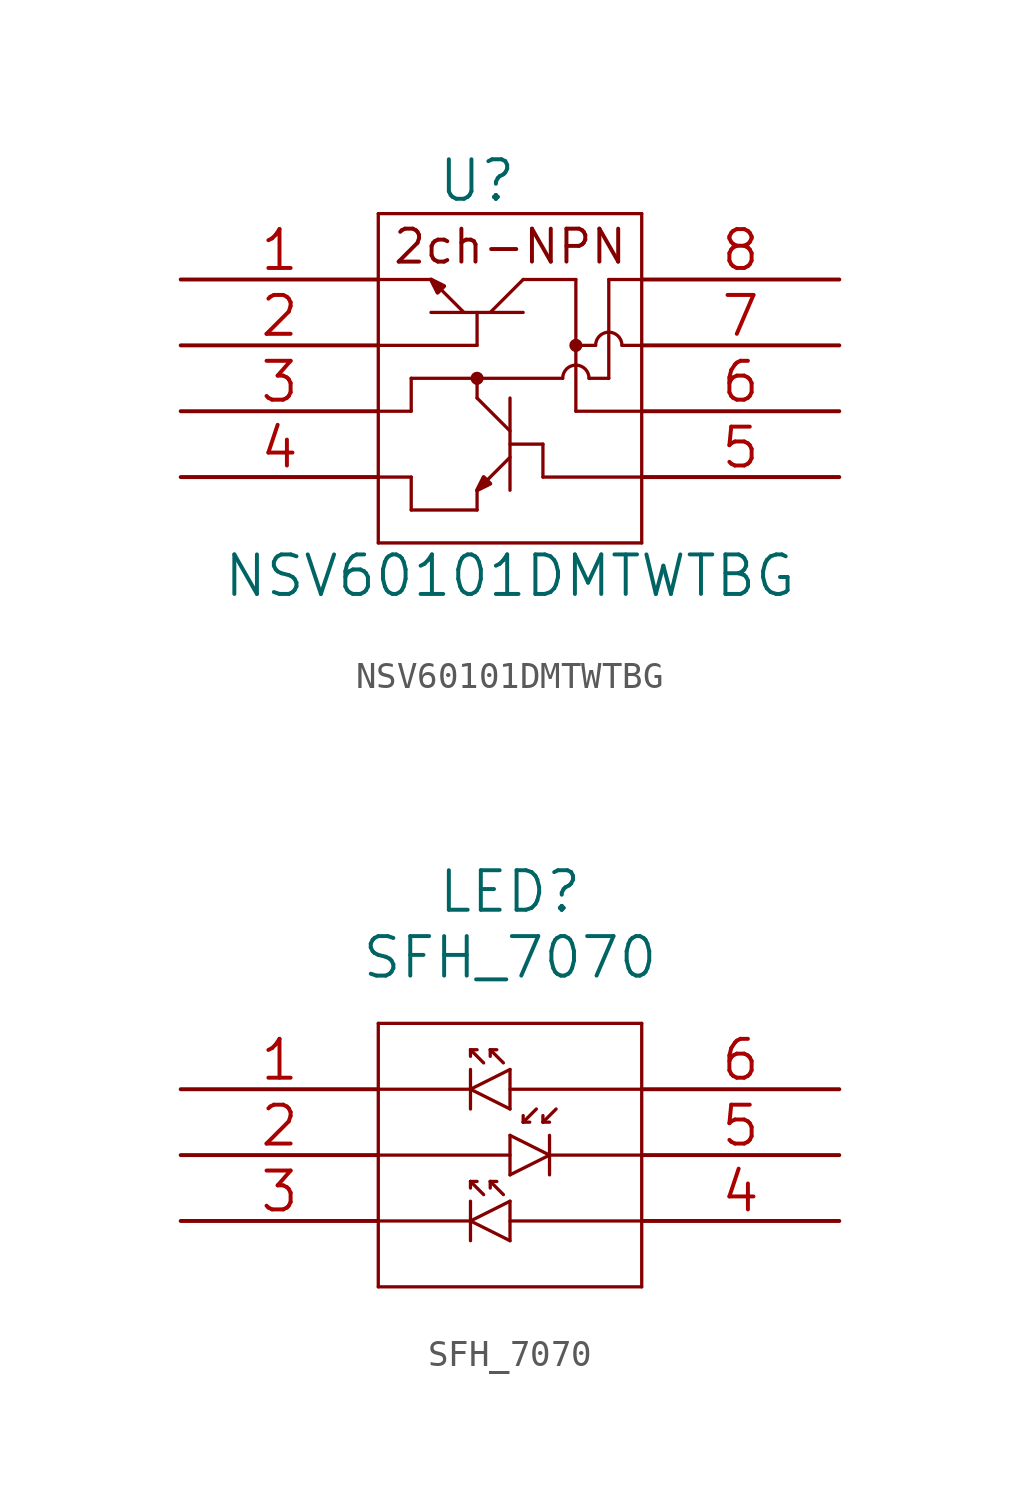
<source format=kicad_sym>
(kicad_symbol_lib
  (version 20211014)
  (generator kicad_symbol_editor)
  (symbol "NSV60101DMTWTBG"
    (pin_names
      (offset 0.254) hide)
    (property "Reference" "U"
      (at 11.43 3.81 0)
      (effects (font (size 1.524 1.524))))
    (property "Value" "NSV60101DMTWTBG"
      (at 12.7 -11.43 0)
      (effects (font (size 1.524 1.524))))
    (property "Datasheet" ""
      (at 0 0 0)
      (effects (font (size 1.524 1.524))))
    (symbol "NSV60101DMTWTBG_0_0"
      (text "2ch-NPN" (at 12.7 1.27 0) (effects (font (size 1.27 1.27)))))
    (symbol "NSV60101DMTWTBG_1_1"
      (polyline (pts (xy 7.62 -10.16) (xy 17.78 -10.16)) (stroke (width 0.127) (type default) (color 0 0 0 0)) (fill (type none)))
      (polyline (pts (xy 7.62 0) (xy 9.652 0)) (stroke (width 0.127) (type default) (color 0 0 0 0)) (fill (type none)))
      (polyline (pts (xy 7.62 2.54) (xy 7.62 -10.16)) (stroke (width 0.127) (type default) (color 0 0 0 0)) (fill (type none)))
      (polyline (pts (xy 8.89 -8.89) (xy 8.89 -7.62)) (stroke (width 0.127) (type default) (color 0 0 0 0)) (fill (type none)))
      (polyline (pts (xy 8.89 -7.62) (xy 7.62 -7.62)) (stroke (width 0.127) (type default) (color 0 0 0 0)) (fill (type none)))
      (polyline (pts (xy 8.89 -5.08) (xy 7.62 -5.08)) (stroke (width 0.127) (type default) (color 0 0 0 0)) (fill (type none)))
      (polyline (pts (xy 8.89 -3.81) (xy 8.89 -5.08)) (stroke (width 0.127) (type default) (color 0 0 0 0)) (fill (type none)))
      (polyline (pts (xy 9.652 -1.27) (xy 13.208 -1.27)) (stroke (width 0.127) (type default) (color 0 0 0 0)) (fill (type none)))
      (polyline (pts (xy 10.922 -1.27) (xy 9.906 -0.254)) (stroke (width 0.127) (type default) (color 0 0 0 0)) (fill (type none)))
      (polyline (pts (xy 11.43 -8.89) (xy 8.89 -8.89)) (stroke (width 0.127) (type default) (color 0 0 0 0)) (fill (type none)))
      (polyline (pts (xy 11.43 -8.128) (xy 11.43 -8.89)) (stroke (width 0.127) (type default) (color 0 0 0 0)) (fill (type none)))
      (polyline (pts (xy 11.43 -4.572) (xy 11.43 -3.81)) (stroke (width 0.127) (type default) (color 0 0 0 0)) (fill (type none)))
      (polyline (pts (xy 11.43 -2.54) (xy 7.62 -2.54)) (stroke (width 0.127) (type default) (color 0 0 0 0)) (fill (type none)))
      (polyline (pts (xy 11.43 -1.27) (xy 11.43 -2.54)) (stroke (width 0.127) (type default) (color 0 0 0 0)) (fill (type none)))
      (polyline (pts (xy 11.938 -1.27) (xy 13.208 0)) (stroke (width 0.127) (type default) (color 0 0 0 0)) (fill (type none)))
      (polyline (pts (xy 12.7 -8.128) (xy 12.7 -4.572)) (stroke (width 0.127) (type default) (color 0 0 0 0)) (fill (type none)))
      (polyline (pts (xy 12.7 -6.858) (xy 11.684 -7.874)) (stroke (width 0.127) (type default) (color 0 0 0 0)) (fill (type none)))
      (polyline (pts (xy 12.7 -6.35) (xy 13.97 -6.35)) (stroke (width 0.127) (type default) (color 0 0 0 0)) (fill (type none)))
      (polyline (pts (xy 12.7 -5.842) (xy 11.43 -4.572)) (stroke (width 0.127) (type default) (color 0 0 0 0)) (fill (type none)))
      (polyline (pts (xy 13.208 0) (xy 15.24 0)) (stroke (width 0.127) (type default) (color 0 0 0 0)) (fill (type none)))
      (polyline (pts (xy 13.97 -7.62) (xy 13.97 -6.35)) (stroke (width 0.127) (type default) (color 0 0 0 0)) (fill (type none)))
      (polyline (pts (xy 13.97 -7.62) (xy 17.78 -7.62)) (stroke (width 0.127) (type default) (color 0 0 0 0)) (fill (type none)))
      (polyline (pts (xy 14.732 -3.81) (xy 8.89 -3.81)) (stroke (width 0.127) (type default) (color 0 0 0 0)) (fill (type none)))
      (polyline (pts (xy 15.24 -2.54) (xy 16.002 -2.54)) (stroke (width 0.127) (type default) (color 0 0 0 0)) (fill (type none)))
      (polyline (pts (xy 15.24 0) (xy 15.24 -5.08)) (stroke (width 0.127) (type default) (color 0 0 0 0)) (fill (type none)))
      (polyline (pts (xy 15.748 -3.81) (xy 16.51 -3.81)) (stroke (width 0.127) (type default) (color 0 0 0 0)) (fill (type none)))
      (polyline (pts (xy 16.51 0) (xy 16.51 -3.81)) (stroke (width 0.127) (type default) (color 0 0 0 0)) (fill (type none)))
      (polyline (pts (xy 17.018 -2.54) (xy 17.78 -2.54)) (stroke (width 0.127) (type default) (color 0 0 0 0)) (fill (type none)))
      (polyline (pts (xy 17.78 -10.16) (xy 17.78 2.54)) (stroke (width 0.127) (type default) (color 0 0 0 0)) (fill (type none)))
      (polyline (pts (xy 17.78 -5.08) (xy 15.24 -5.08)) (stroke (width 0.127) (type default) (color 0 0 0 0)) (fill (type none)))
      (polyline (pts (xy 17.78 0) (xy 16.51 0)) (stroke (width 0.127) (type default) (color 0 0 0 0)) (fill (type none)))
      (polyline (pts (xy 17.78 2.54) (xy 7.62 2.54)) (stroke (width 0.127) (type default) (color 0 0 0 0)) (fill (type none)))
      (polyline (pts (xy 9.652 0) (xy 9.906 -0.508) (xy 10.16 -0.254) (xy 9.652 0)) (stroke (width 0) (type default) (color 0 0 0 0)) (fill (type outline)))
      (polyline (pts (xy 11.43 -8.128) (xy 11.938 -7.874) (xy 11.684 -7.62) (xy 11.43 -8.128)) (stroke (width 0) (type default) (color 0 0 0 0)) (fill (type outline)))
      (arc (start 11.43 -3.937) (mid 11.43 -3.683) (end 11.43 -3.937) (stroke (width 0.254) (type default) (color 0 0 0 0)) (fill (type none)))
      (circle (center 11.43 -3.81) (radius 0.127) (stroke (width 0.254) (type default) (color 0 0 0 0)) (fill (type none)))
      (arc (start 15.24 -2.667) (mid 15.24 -2.413) (end 15.24 -2.667) (stroke (width 0.254) (type default) (color 0 0 0 0)) (fill (type none)))
      (circle (center 15.24 -2.54) (radius 0.127) (stroke (width 0.254) (type default) (color 0 0 0 0)) (fill (type none)))
      (arc (start 15.748 -3.81) (mid 15.24 -3.302) (end 14.732 -3.81) (stroke (width 0.127) (type default) (color 0 0 0 0)) (fill (type none)))
      (arc (start 17.018 -2.54) (mid 16.51 -2.032) (end 16.002 -2.54) (stroke (width 0.127) (type default) (color 0 0 0 0)) (fill (type none)))
      (pin unspecified line (at 0 0 0) (length 7.62) (name "1" (effects (font (size 1.499 1.499)))) (number "1" (effects (font (size 1.499 1.499)))))
      (pin unspecified line (at 0 -2.54 0) (length 7.62) (name "2" (effects (font (size 1.499 1.499)))) (number "2" (effects (font (size 1.499 1.499)))))
      (pin unspecified line (at 0 -5.08 0) (length 7.62) (name "3" (effects (font (size 1.499 1.499)))) (number "3" (effects (font (size 1.499 1.499)))))
      (pin unspecified line (at 0 -7.62 0) (length 7.62) (name "4" (effects (font (size 1.499 1.499)))) (number "4" (effects (font (size 1.499 1.499)))))
      (pin unspecified line (at 25.4 -7.62 180) (length 7.62) (name "5" (effects (font (size 1.499 1.499)))) (number "5" (effects (font (size 1.499 1.499)))))
      (pin unspecified line (at 25.4 -5.08 180) (length 7.62) (name "6" (effects (font (size 1.499 1.499)))) (number "6" (effects (font (size 1.499 1.499)))))
      (pin unspecified line (at 25.4 -2.54 180) (length 7.62) (name "7" (effects (font (size 1.499 1.499)))) (number "7" (effects (font (size 1.499 1.499)))))
      (pin unspecified line (at 25.4 0 180) (length 7.62) (name "8" (effects (font (size 1.499 1.499)))) (number "8" (effects (font (size 1.499 1.499)))))))
  (symbol "SFH_7070"
    (pin_names
      (offset 0.254) hide)
    (property "Reference" "LED"
      (at 12.7 7.62 0)
      (effects (font (size 1.524 1.524))))
    (property "Value" "SFH_7070"
      (at 12.7 5.08 0)
      (effects (font (size 1.524 1.524))))
    (property "Datasheet" ""
      (at 0 0 0)
      (effects (font (size 1.524 1.524))))
    (symbol "SFH_7070_1_1"
      (polyline (pts (xy 7.62 -7.62) (xy 17.78 -7.62)) (stroke (width 0.127) (type default) (color 0 0 0 0)) (fill (type none)))
      (polyline (pts (xy 7.62 2.54) (xy 7.62 -7.62)) (stroke (width 0.127) (type default) (color 0 0 0 0)) (fill (type none)))
      (polyline (pts (xy 11.176 -5.842) (xy 11.176 -4.318)) (stroke (width 0.127) (type default) (color 0 0 0 0)) (fill (type none)))
      (polyline (pts (xy 11.176 -5.08) (xy 7.62 -5.08)) (stroke (width 0.127) (type default) (color 0 0 0 0)) (fill (type none)))
      (polyline (pts (xy 11.176 -5.08) (xy 12.7 -5.842)) (stroke (width 0.127) (type default) (color 0 0 0 0)) (fill (type none)))
      (polyline (pts (xy 11.176 -3.556) (xy 11.176 -3.81)) (stroke (width 0.127) (type default) (color 0 0 0 0)) (fill (type none)))
      (polyline (pts (xy 11.176 -3.556) (xy 11.684 -4.064)) (stroke (width 0.127) (type default) (color 0 0 0 0)) (fill (type none)))
      (polyline (pts (xy 11.176 -0.762) (xy 11.176 0.762)) (stroke (width 0.127) (type default) (color 0 0 0 0)) (fill (type none)))
      (polyline (pts (xy 11.176 0) (xy 7.62 0)) (stroke (width 0.127) (type default) (color 0 0 0 0)) (fill (type none)))
      (polyline (pts (xy 11.176 0) (xy 12.7 -0.762)) (stroke (width 0.127) (type default) (color 0 0 0 0)) (fill (type none)))
      (polyline (pts (xy 11.176 1.524) (xy 11.176 1.27)) (stroke (width 0.127) (type default) (color 0 0 0 0)) (fill (type none)))
      (polyline (pts (xy 11.176 1.524) (xy 11.684 1.016)) (stroke (width 0.127) (type default) (color 0 0 0 0)) (fill (type none)))
      (polyline (pts (xy 11.43 -3.556) (xy 11.176 -3.556)) (stroke (width 0.127) (type default) (color 0 0 0 0)) (fill (type none)))
      (polyline (pts (xy 11.43 1.524) (xy 11.176 1.524)) (stroke (width 0.127) (type default) (color 0 0 0 0)) (fill (type none)))
      (polyline (pts (xy 11.938 -3.556) (xy 11.938 -3.81)) (stroke (width 0.127) (type default) (color 0 0 0 0)) (fill (type none)))
      (polyline (pts (xy 11.938 -3.556) (xy 12.192 -3.556)) (stroke (width 0.127) (type default) (color 0 0 0 0)) (fill (type none)))
      (polyline (pts (xy 11.938 1.524) (xy 11.938 1.27)) (stroke (width 0.127) (type default) (color 0 0 0 0)) (fill (type none)))
      (polyline (pts (xy 11.938 1.524) (xy 12.192 1.524)) (stroke (width 0.127) (type default) (color 0 0 0 0)) (fill (type none)))
      (polyline (pts (xy 12.446 -4.064) (xy 11.938 -3.556)) (stroke (width 0.127) (type default) (color 0 0 0 0)) (fill (type none)))
      (polyline (pts (xy 12.446 1.016) (xy 11.938 1.524)) (stroke (width 0.127) (type default) (color 0 0 0 0)) (fill (type none)))
      (polyline (pts (xy 12.7 -5.842) (xy 12.7 -4.318)) (stroke (width 0.127) (type default) (color 0 0 0 0)) (fill (type none)))
      (polyline (pts (xy 12.7 -5.08) (xy 17.78 -5.08)) (stroke (width 0.127) (type default) (color 0 0 0 0)) (fill (type none)))
      (polyline (pts (xy 12.7 -4.318) (xy 11.176 -5.08)) (stroke (width 0.127) (type default) (color 0 0 0 0)) (fill (type none)))
      (polyline (pts (xy 12.7 -3.302) (xy 12.7 -1.778)) (stroke (width 0.127) (type default) (color 0 0 0 0)) (fill (type none)))
      (polyline (pts (xy 12.7 -2.54) (xy 7.62 -2.54)) (stroke (width 0.127) (type default) (color 0 0 0 0)) (fill (type none)))
      (polyline (pts (xy 12.7 -1.778) (xy 14.224 -2.54)) (stroke (width 0.127) (type default) (color 0 0 0 0)) (fill (type none)))
      (polyline (pts (xy 12.7 -0.762) (xy 12.7 0.762)) (stroke (width 0.127) (type default) (color 0 0 0 0)) (fill (type none)))
      (polyline (pts (xy 12.7 0) (xy 17.78 0)) (stroke (width 0.127) (type default) (color 0 0 0 0)) (fill (type none)))
      (polyline (pts (xy 12.7 0.762) (xy 11.176 0)) (stroke (width 0.127) (type default) (color 0 0 0 0)) (fill (type none)))
      (polyline (pts (xy 13.208 -1.27) (xy 13.208 -1.016)) (stroke (width 0.127) (type default) (color 0 0 0 0)) (fill (type none)))
      (polyline (pts (xy 13.208 -1.27) (xy 13.716 -0.762)) (stroke (width 0.127) (type default) (color 0 0 0 0)) (fill (type none)))
      (polyline (pts (xy 13.462 -1.27) (xy 13.208 -1.27)) (stroke (width 0.127) (type default) (color 0 0 0 0)) (fill (type none)))
      (polyline (pts (xy 13.97 -1.27) (xy 13.97 -1.016)) (stroke (width 0.127) (type default) (color 0 0 0 0)) (fill (type none)))
      (polyline (pts (xy 13.97 -1.27) (xy 14.224 -1.27)) (stroke (width 0.127) (type default) (color 0 0 0 0)) (fill (type none)))
      (polyline (pts (xy 14.224 -3.302) (xy 14.224 -1.778)) (stroke (width 0.127) (type default) (color 0 0 0 0)) (fill (type none)))
      (polyline (pts (xy 14.224 -2.54) (xy 12.7 -3.302)) (stroke (width 0.127) (type default) (color 0 0 0 0)) (fill (type none)))
      (polyline (pts (xy 14.224 -2.54) (xy 17.78 -2.54)) (stroke (width 0.127) (type default) (color 0 0 0 0)) (fill (type none)))
      (polyline (pts (xy 14.478 -0.762) (xy 13.97 -1.27)) (stroke (width 0.127) (type default) (color 0 0 0 0)) (fill (type none)))
      (polyline (pts (xy 17.78 -7.62) (xy 17.78 2.54)) (stroke (width 0.127) (type default) (color 0 0 0 0)) (fill (type none)))
      (polyline (pts (xy 17.78 2.54) (xy 7.62 2.54)) (stroke (width 0.127) (type default) (color 0 0 0 0)) (fill (type none)))
      (pin unspecified line (at 0 0 0) (length 7.62) (name "1" (effects (font (size 1.499 1.499)))) (number "1" (effects (font (size 1.499 1.499)))))
      (pin unspecified line (at 0 -2.54 0) (length 7.62) (name "2" (effects (font (size 1.499 1.499)))) (number "2" (effects (font (size 1.499 1.499)))))
      (pin unspecified line (at 0 -5.08 0) (length 7.62) (name "3" (effects (font (size 1.499 1.499)))) (number "3" (effects (font (size 1.499 1.499)))))
      (pin unspecified line (at 25.4 -5.08 180) (length 7.62) (name "4" (effects (font (size 1.499 1.499)))) (number "4" (effects (font (size 1.499 1.499)))))
      (pin unspecified line (at 25.4 -2.54 180) (length 7.62) (name "5" (effects (font (size 1.499 1.499)))) (number "5" (effects (font (size 1.499 1.499)))))
      (pin unspecified line (at 25.4 0 180) (length 7.62) (name "6" (effects (font (size 1.499 1.499)))) (number "6" (effects (font (size 1.499 1.499))))))))
</source>
